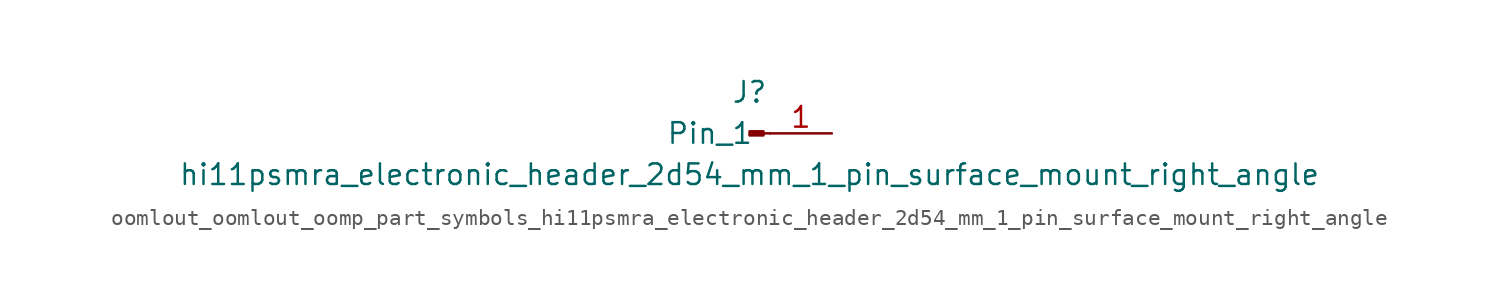
<source format=kicad_sym>
(kicad_symbol_lib
  (version 20220914)
  (generator kicad_symbol_editor)
  (symbol "oomlout_oomlout_oomp_part_symbols_hi11psmra_electronic_header_2d54_mm_1_pin_surface_mount_right_angle"
    (pin_names
      (offset 1.016))
    (property "Reference" "J"
      (at 0 2.54 0)
      (effects (font (size 1.27 1.27))))
    (property "Value" "hi11psmra_electronic_header_2d54_mm_1_pin_surface_mount_right_angle"
      (at 0 -2.54 0)
      (effects (font (size 1.27 1.27))))
    (property "ki_locked" ""
      (at 0 0 0)
      (effects (font (size 1.27 1.27))))
    (symbol "oomlout_oomlout_oomp_part_symbols_hi11psmra_electronic_header_2d54_mm_1_pin_surface_mount_right_angle_1_1"
      (polyline (pts (xy 1.27 0) (xy 0.864 0)) (stroke (width 0.152) (type default)) (fill (type none)))
      (rectangle (start 0.864 0.127) (end 0 -0.127) (stroke (width 0.152) (type default)) (fill (type outline)))
      (pin passive line (at 5.08 0 180) (length 3.81) (name "Pin_1" (effects (font (size 1.27 1.27)))) (number "1" (effects (font (size 1.27 1.27))))))))
</source>
